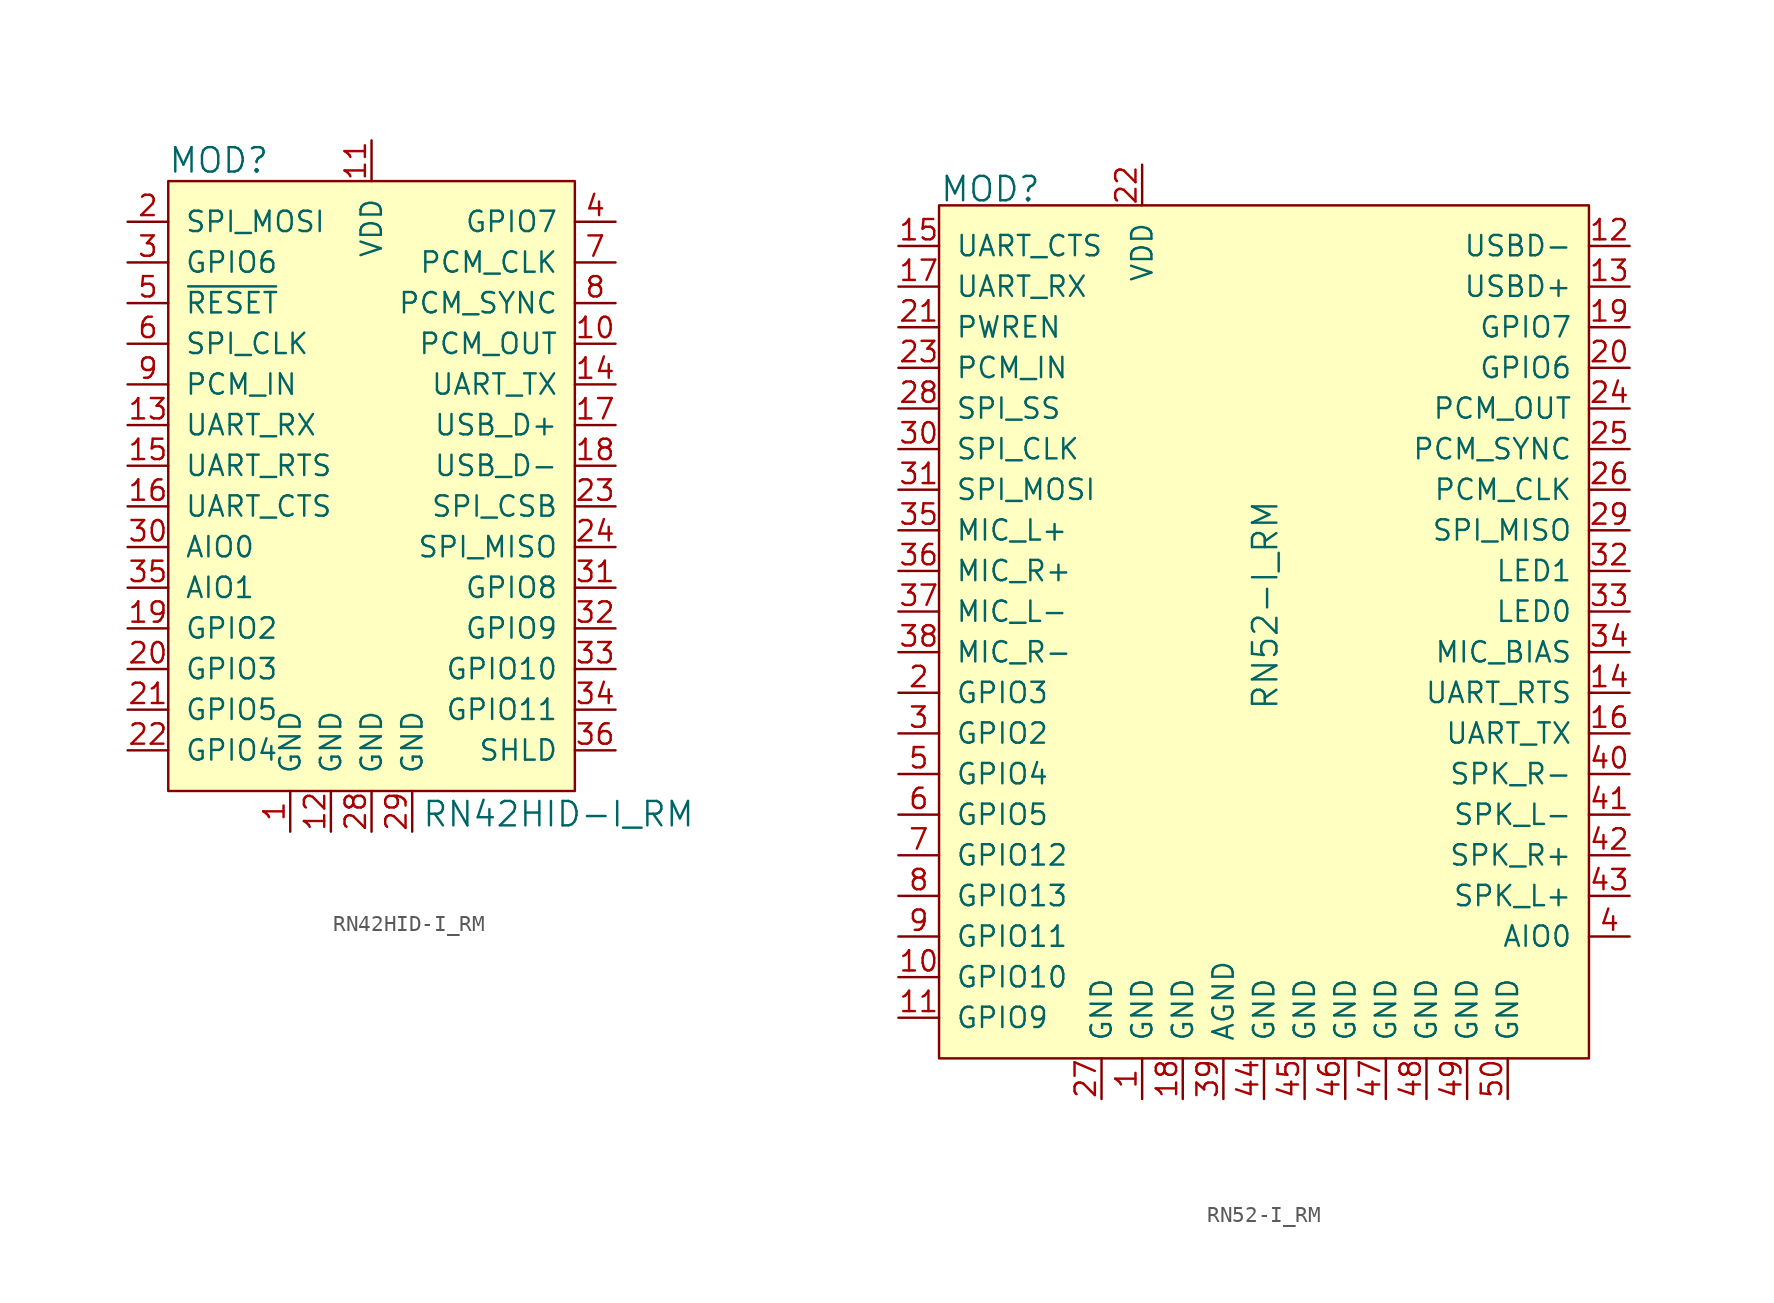
<source format=kicad_sym>
(kicad_symbol_lib
  (version 20220914)
  (generator kicad_symbol_editor)
  (symbol "RN42HID-I_RM"
    (pin_names
      (offset 1.016))
    (property "Reference" "MOD"
      (at -12.725 16.535 0)
      (effects (font (size 1.524 1.524)) (justify left)))
    (property "Value" "RN42HID-I_RM"
      (at 3.124 -24.308 0)
      (effects (font (size 1.524 1.524)) (justify left)))
    (symbol "RN42HID-I_RM_1_0"
      (pin unspecified line (at 15.24 -20.32 180) (length 2.54) (name "SHLD" (effects (font (size 1.27 1.27)))) (number "36" (effects (font (size 1.27 1.27))))))
    (symbol "RN42HID-I_RM_1_1"
      (rectangle (start -12.7 15.24) (end 12.7 -22.86) (stroke (width 0) (type solid)) (fill (type background)))
      (pin power_in line (at -5.08 -25.4 90) (length 2.54) (name "GND" (effects (font (size 1.27 1.27)))) (number "1" (effects (font (size 1.27 1.27)))))
      (pin output line (at 15.24 5.08 180) (length 2.54) (name "PCM_OUT" (effects (font (size 1.27 1.27)))) (number "10" (effects (font (size 1.27 1.27)))))
      (pin power_in line (at 0 17.78 270) (length 2.54) (name "VDD" (effects (font (size 1.27 1.27)))) (number "11" (effects (font (size 1.27 1.27)))))
      (pin power_in line (at -2.54 -25.4 90) (length 2.54) (name "GND" (effects (font (size 1.27 1.27)))) (number "12" (effects (font (size 1.27 1.27)))))
      (pin input line (at -15.24 0 0) (length 2.54) (name "UART_RX" (effects (font (size 1.27 1.27)))) (number "13" (effects (font (size 1.27 1.27)))))
      (pin output line (at 15.24 2.54 180) (length 2.54) (name "UART_TX" (effects (font (size 1.27 1.27)))) (number "14" (effects (font (size 1.27 1.27)))))
      (pin input line (at -15.24 -2.54 0) (length 2.54) (name "UART_RTS" (effects (font (size 1.27 1.27)))) (number "15" (effects (font (size 1.27 1.27)))))
      (pin output line (at -15.24 -5.08 0) (length 2.54) (name "UART_CTS" (effects (font (size 1.27 1.27)))) (number "16" (effects (font (size 1.27 1.27)))))
      (pin bidirectional line (at 15.24 0 180) (length 2.54) (name "USB_D+" (effects (font (size 1.27 1.27)))) (number "17" (effects (font (size 1.27 1.27)))))
      (pin bidirectional line (at 15.24 -2.54 180) (length 2.54) (name "USB_D-" (effects (font (size 1.27 1.27)))) (number "18" (effects (font (size 1.27 1.27)))))
      (pin bidirectional line (at -15.24 -12.7 0) (length 2.54) (name "GPIO2" (effects (font (size 1.27 1.27)))) (number "19" (effects (font (size 1.27 1.27)))))
      (pin input line (at -15.24 12.7 0) (length 2.54) (name "SPI_MOSI" (effects (font (size 1.27 1.27)))) (number "2" (effects (font (size 1.27 1.27)))))
      (pin bidirectional line (at -15.24 -15.24 0) (length 2.54) (name "GPIO3" (effects (font (size 1.27 1.27)))) (number "20" (effects (font (size 1.27 1.27)))))
      (pin bidirectional line (at -15.24 -17.78 0) (length 2.54) (name "GPIO5" (effects (font (size 1.27 1.27)))) (number "21" (effects (font (size 1.27 1.27)))))
      (pin bidirectional line (at -15.24 -20.32 0) (length 2.54) (name "GPIO4" (effects (font (size 1.27 1.27)))) (number "22" (effects (font (size 1.27 1.27)))))
      (pin bidirectional line (at 15.24 -5.08 180) (length 2.54) (name "SPI_CSB" (effects (font (size 1.27 1.27)))) (number "23" (effects (font (size 1.27 1.27)))))
      (pin bidirectional line (at 15.24 -7.62 180) (length 2.54) (name "SPI_MISO" (effects (font (size 1.27 1.27)))) (number "24" (effects (font (size 1.27 1.27)))))
      (pin power_in line (at 0 -25.4 90) (length 2.54) (name "GND" (effects (font (size 1.27 1.27)))) (number "28" (effects (font (size 1.27 1.27)))))
      (pin power_in line (at 2.54 -25.4 90) (length 2.54) (name "GND" (effects (font (size 1.27 1.27)))) (number "29" (effects (font (size 1.27 1.27)))))
      (pin input line (at -15.24 10.16 0) (length 2.54) (name "GPIO6" (effects (font (size 1.27 1.27)))) (number "3" (effects (font (size 1.27 1.27)))))
      (pin input line (at -15.24 -7.62 0) (length 2.54) (name "AIO0" (effects (font (size 1.27 1.27)))) (number "30" (effects (font (size 1.27 1.27)))))
      (pin output line (at 15.24 -10.16 180) (length 2.54) (name "GPIO8" (effects (font (size 1.27 1.27)))) (number "31" (effects (font (size 1.27 1.27)))))
      (pin bidirectional line (at 15.24 -12.7 180) (length 2.54) (name "GPIO9" (effects (font (size 1.27 1.27)))) (number "32" (effects (font (size 1.27 1.27)))))
      (pin bidirectional line (at 15.24 -15.24 180) (length 2.54) (name "GPIO10" (effects (font (size 1.27 1.27)))) (number "33" (effects (font (size 1.27 1.27)))))
      (pin bidirectional line (at 15.24 -17.78 180) (length 2.54) (name "GPIO11" (effects (font (size 1.27 1.27)))) (number "34" (effects (font (size 1.27 1.27)))))
      (pin input line (at -15.24 -10.16 0) (length 2.54) (name "AIO1" (effects (font (size 1.27 1.27)))) (number "35" (effects (font (size 1.27 1.27)))))
      (pin bidirectional line (at 15.24 12.7 180) (length 2.54) (name "GPIO7" (effects (font (size 1.27 1.27)))) (number "4" (effects (font (size 1.27 1.27)))))
      (pin input line (at -15.24 7.62 0) (length 2.54) (name "~{RESET}" (effects (font (size 1.27 1.27)))) (number "5" (effects (font (size 1.27 1.27)))))
      (pin input line (at -15.24 5.08 0) (length 2.54) (name "SPI_CLK" (effects (font (size 1.27 1.27)))) (number "6" (effects (font (size 1.27 1.27)))))
      (pin bidirectional line (at 15.24 10.16 180) (length 2.54) (name "PCM_CLK" (effects (font (size 1.27 1.27)))) (number "7" (effects (font (size 1.27 1.27)))))
      (pin bidirectional line (at 15.24 7.62 180) (length 2.54) (name "PCM_SYNC" (effects (font (size 1.27 1.27)))) (number "8" (effects (font (size 1.27 1.27)))))
      (pin input line (at -15.24 2.54 0) (length 2.54) (name "PCM_IN" (effects (font (size 1.27 1.27)))) (number "9" (effects (font (size 1.27 1.27)))))))
  (symbol "RN52-I_RM"
    (pin_names
      (offset 1.016))
    (property "Reference" "MOD"
      (at -20.295 16.256 0)
      (effects (font (size 1.524 1.524)) (justify left)))
    (property "Value" "RN52-I_RM"
      (at 0.076 -9.754 90)
      (effects (font (size 1.524 1.524))))
    (symbol "RN52-I_RM_0_1"
      (rectangle (start -20.32 15.24) (end 20.32 -38.1) (stroke (width 0) (type solid)) (fill (type background))))
    (symbol "RN52-I_RM_1_1"
      (pin power_in line (at -7.62 -40.64 90) (length 2.54) (name "GND" (effects (font (size 1.27 1.27)))) (number "1" (effects (font (size 1.27 1.27)))))
      (pin bidirectional line (at -22.86 -33.02 0) (length 2.54) (name "GPIO10" (effects (font (size 1.27 1.27)))) (number "10" (effects (font (size 1.27 1.27)))))
      (pin bidirectional line (at -22.86 -35.56 0) (length 2.54) (name "GPIO9" (effects (font (size 1.27 1.27)))) (number "11" (effects (font (size 1.27 1.27)))))
      (pin bidirectional line (at 22.86 12.7 180) (length 2.54) (name "USBD-" (effects (font (size 1.27 1.27)))) (number "12" (effects (font (size 1.27 1.27)))))
      (pin bidirectional line (at 22.86 10.16 180) (length 2.54) (name "USBD+" (effects (font (size 1.27 1.27)))) (number "13" (effects (font (size 1.27 1.27)))))
      (pin tri_state line (at 22.86 -15.24 180) (length 2.54) (name "UART_RTS" (effects (font (size 1.27 1.27)))) (number "14" (effects (font (size 1.27 1.27)))))
      (pin input line (at -22.86 12.7 0) (length 2.54) (name "UART_CTS" (effects (font (size 1.27 1.27)))) (number "15" (effects (font (size 1.27 1.27)))))
      (pin tri_state line (at 22.86 -17.78 180) (length 2.54) (name "UART_TX" (effects (font (size 1.27 1.27)))) (number "16" (effects (font (size 1.27 1.27)))))
      (pin input line (at -22.86 10.16 0) (length 2.54) (name "UART_RX" (effects (font (size 1.27 1.27)))) (number "17" (effects (font (size 1.27 1.27)))))
      (pin input line (at -5.08 -40.64 90) (length 2.54) (name "GND" (effects (font (size 1.27 1.27)))) (number "18" (effects (font (size 1.27 1.27)))))
      (pin bidirectional line (at 22.86 7.62 180) (length 2.54) (name "GPIO7" (effects (font (size 1.27 1.27)))) (number "19" (effects (font (size 1.27 1.27)))))
      (pin bidirectional line (at -22.86 -15.24 0) (length 2.54) (name "GPIO3" (effects (font (size 1.27 1.27)))) (number "2" (effects (font (size 1.27 1.27)))))
      (pin bidirectional line (at 22.86 5.08 180) (length 2.54) (name "GPIO6" (effects (font (size 1.27 1.27)))) (number "20" (effects (font (size 1.27 1.27)))))
      (pin input line (at -22.86 7.62 0) (length 2.54) (name "PWREN" (effects (font (size 1.27 1.27)))) (number "21" (effects (font (size 1.27 1.27)))))
      (pin power_in line (at -7.62 17.78 270) (length 2.54) (name "VDD" (effects (font (size 1.27 1.27)))) (number "22" (effects (font (size 1.27 1.27)))))
      (pin input line (at -22.86 5.08 0) (length 2.54) (name "PCM_IN" (effects (font (size 1.27 1.27)))) (number "23" (effects (font (size 1.27 1.27)))))
      (pin output line (at 22.86 2.54 180) (length 2.54) (name "PCM_OUT" (effects (font (size 1.27 1.27)))) (number "24" (effects (font (size 1.27 1.27)))))
      (pin output line (at 22.86 0 180) (length 2.54) (name "PCM_SYNC" (effects (font (size 1.27 1.27)))) (number "25" (effects (font (size 1.27 1.27)))))
      (pin output line (at 22.86 -2.54 180) (length 2.54) (name "PCM_CLK" (effects (font (size 1.27 1.27)))) (number "26" (effects (font (size 1.27 1.27)))))
      (pin power_in line (at -10.16 -40.64 90) (length 2.54) (name "GND" (effects (font (size 1.27 1.27)))) (number "27" (effects (font (size 1.27 1.27)))))
      (pin input line (at -22.86 2.54 0) (length 2.54) (name "SPI_SS" (effects (font (size 1.27 1.27)))) (number "28" (effects (font (size 1.27 1.27)))))
      (pin output line (at 22.86 -5.08 180) (length 2.54) (name "SPI_MISO" (effects (font (size 1.27 1.27)))) (number "29" (effects (font (size 1.27 1.27)))))
      (pin bidirectional line (at -22.86 -17.78 0) (length 2.54) (name "GPIO2" (effects (font (size 1.27 1.27)))) (number "3" (effects (font (size 1.27 1.27)))))
      (pin input line (at -22.86 0 0) (length 2.54) (name "SPI_CLK" (effects (font (size 1.27 1.27)))) (number "30" (effects (font (size 1.27 1.27)))))
      (pin input line (at -22.86 -2.54 0) (length 2.54) (name "SPI_MOSI" (effects (font (size 1.27 1.27)))) (number "31" (effects (font (size 1.27 1.27)))))
      (pin output line (at 22.86 -7.62 180) (length 2.54) (name "LED1" (effects (font (size 1.27 1.27)))) (number "32" (effects (font (size 1.27 1.27)))))
      (pin output line (at 22.86 -10.16 180) (length 2.54) (name "LED0" (effects (font (size 1.27 1.27)))) (number "33" (effects (font (size 1.27 1.27)))))
      (pin output line (at 22.86 -12.7 180) (length 2.54) (name "MIC_BIAS" (effects (font (size 1.27 1.27)))) (number "34" (effects (font (size 1.27 1.27)))))
      (pin input line (at -22.86 -5.08 0) (length 2.54) (name "MIC_L+" (effects (font (size 1.27 1.27)))) (number "35" (effects (font (size 1.27 1.27)))))
      (pin input line (at -22.86 -7.62 0) (length 2.54) (name "MIC_R+" (effects (font (size 1.27 1.27)))) (number "36" (effects (font (size 1.27 1.27)))))
      (pin input line (at -22.86 -10.16 0) (length 2.54) (name "MIC_L-" (effects (font (size 1.27 1.27)))) (number "37" (effects (font (size 1.27 1.27)))))
      (pin input line (at -22.86 -12.7 0) (length 2.54) (name "MIC_R-" (effects (font (size 1.27 1.27)))) (number "38" (effects (font (size 1.27 1.27)))))
      (pin power_in line (at -2.54 -40.64 90) (length 2.54) (name "AGND" (effects (font (size 1.27 1.27)))) (number "39" (effects (font (size 1.27 1.27)))))
      (pin bidirectional line (at 22.86 -30.48 180) (length 2.54) (name "AIO0" (effects (font (size 1.27 1.27)))) (number "4" (effects (font (size 1.27 1.27)))))
      (pin output line (at 22.86 -20.32 180) (length 2.54) (name "SPK_R-" (effects (font (size 1.27 1.27)))) (number "40" (effects (font (size 1.27 1.27)))))
      (pin output line (at 22.86 -22.86 180) (length 2.54) (name "SPK_L-" (effects (font (size 1.27 1.27)))) (number "41" (effects (font (size 1.27 1.27)))))
      (pin output line (at 22.86 -25.4 180) (length 2.54) (name "SPK_R+" (effects (font (size 1.27 1.27)))) (number "42" (effects (font (size 1.27 1.27)))))
      (pin output line (at 22.86 -27.94 180) (length 2.54) (name "SPK_L+" (effects (font (size 1.27 1.27)))) (number "43" (effects (font (size 1.27 1.27)))))
      (pin power_in line (at 0 -40.64 90) (length 2.54) (name "GND" (effects (font (size 1.27 1.27)))) (number "44" (effects (font (size 1.27 1.27)))))
      (pin power_in line (at 2.54 -40.64 90) (length 2.54) (name "GND" (effects (font (size 1.27 1.27)))) (number "45" (effects (font (size 1.27 1.27)))))
      (pin power_in line (at 5.08 -40.64 90) (length 2.54) (name "GND" (effects (font (size 1.27 1.27)))) (number "46" (effects (font (size 1.27 1.27)))))
      (pin power_in line (at 7.62 -40.64 90) (length 2.54) (name "GND" (effects (font (size 1.27 1.27)))) (number "47" (effects (font (size 1.27 1.27)))))
      (pin power_in line (at 10.16 -40.64 90) (length 2.54) (name "GND" (effects (font (size 1.27 1.27)))) (number "48" (effects (font (size 1.27 1.27)))))
      (pin power_in line (at 12.7 -40.64 90) (length 2.54) (name "GND" (effects (font (size 1.27 1.27)))) (number "49" (effects (font (size 1.27 1.27)))))
      (pin bidirectional line (at -22.86 -20.32 0) (length 2.54) (name "GPIO4" (effects (font (size 1.27 1.27)))) (number "5" (effects (font (size 1.27 1.27)))))
      (pin power_in line (at 15.24 -40.64 90) (length 2.54) (name "GND" (effects (font (size 1.27 1.27)))) (number "50" (effects (font (size 1.27 1.27)))))
      (pin bidirectional line (at -22.86 -22.86 0) (length 2.54) (name "GPIO5" (effects (font (size 1.27 1.27)))) (number "6" (effects (font (size 1.27 1.27)))))
      (pin bidirectional line (at -22.86 -25.4 0) (length 2.54) (name "GPIO12" (effects (font (size 1.27 1.27)))) (number "7" (effects (font (size 1.27 1.27)))))
      (pin bidirectional line (at -22.86 -27.94 0) (length 2.54) (name "GPIO13" (effects (font (size 1.27 1.27)))) (number "8" (effects (font (size 1.27 1.27)))))
      (pin bidirectional line (at -22.86 -30.48 0) (length 2.54) (name "GPIO11" (effects (font (size 1.27 1.27)))) (number "9" (effects (font (size 1.27 1.27))))))))
</source>
